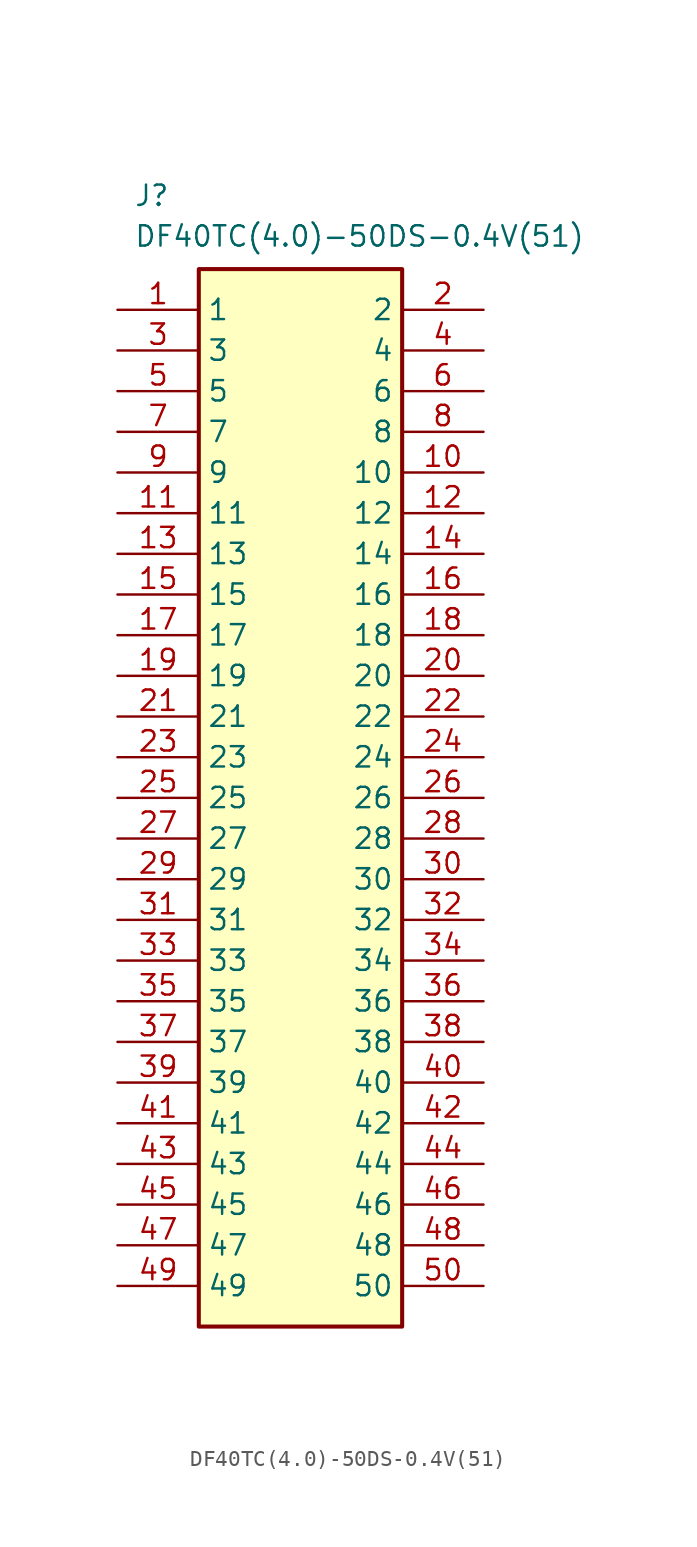
<source format=kicad_sym>
(kicad_symbol_lib
  (version 20231120)
  (generator "kicad_symbol_editor")
  (generator_version "8.0")
  (symbol "DF40TC(4.0)-50DS-0.4V(51)"
    (property "Reference" "J"
      (at 1.016 7.874 0)
      (effects (font (size 1.27 1.27)) (justify left top)))
    (property "Value" "DF40TC(4.0)-50DS-0.4V(51)"
      (at 1.016 5.334 0)
      (effects (font (size 1.27 1.27)) (justify left top)))
    (symbol "DF40TC(4.0)-50DS-0.4V(51)_1_1"
      (rectangle (start 5.08 2.54) (end 17.78 -63.5) (stroke (width 0.254) (type default)) (fill (type background)))
      (pin passive line (at 0 0 0) (length 5.08) (name "1" (effects (font (size 1.27 1.27)))) (number "1" (effects (font (size 1.27 1.27)))))
      (pin passive line (at 22.86 -10.16 180) (length 5.08) (name "10" (effects (font (size 1.27 1.27)))) (number "10" (effects (font (size 1.27 1.27)))))
      (pin passive line (at 0 -12.7 0) (length 5.08) (name "11" (effects (font (size 1.27 1.27)))) (number "11" (effects (font (size 1.27 1.27)))))
      (pin passive line (at 22.86 -12.7 180) (length 5.08) (name "12" (effects (font (size 1.27 1.27)))) (number "12" (effects (font (size 1.27 1.27)))))
      (pin passive line (at 0 -15.24 0) (length 5.08) (name "13" (effects (font (size 1.27 1.27)))) (number "13" (effects (font (size 1.27 1.27)))))
      (pin passive line (at 22.86 -15.24 180) (length 5.08) (name "14" (effects (font (size 1.27 1.27)))) (number "14" (effects (font (size 1.27 1.27)))))
      (pin passive line (at 0 -17.78 0) (length 5.08) (name "15" (effects (font (size 1.27 1.27)))) (number "15" (effects (font (size 1.27 1.27)))))
      (pin passive line (at 22.86 -17.78 180) (length 5.08) (name "16" (effects (font (size 1.27 1.27)))) (number "16" (effects (font (size 1.27 1.27)))))
      (pin passive line (at 0 -20.32 0) (length 5.08) (name "17" (effects (font (size 1.27 1.27)))) (number "17" (effects (font (size 1.27 1.27)))))
      (pin passive line (at 22.86 -20.32 180) (length 5.08) (name "18" (effects (font (size 1.27 1.27)))) (number "18" (effects (font (size 1.27 1.27)))))
      (pin passive line (at 0 -22.86 0) (length 5.08) (name "19" (effects (font (size 1.27 1.27)))) (number "19" (effects (font (size 1.27 1.27)))))
      (pin passive line (at 22.86 0 180) (length 5.08) (name "2" (effects (font (size 1.27 1.27)))) (number "2" (effects (font (size 1.27 1.27)))))
      (pin passive line (at 22.86 -22.86 180) (length 5.08) (name "20" (effects (font (size 1.27 1.27)))) (number "20" (effects (font (size 1.27 1.27)))))
      (pin passive line (at 0 -25.4 0) (length 5.08) (name "21" (effects (font (size 1.27 1.27)))) (number "21" (effects (font (size 1.27 1.27)))))
      (pin passive line (at 22.86 -25.4 180) (length 5.08) (name "22" (effects (font (size 1.27 1.27)))) (number "22" (effects (font (size 1.27 1.27)))))
      (pin passive line (at 0 -27.94 0) (length 5.08) (name "23" (effects (font (size 1.27 1.27)))) (number "23" (effects (font (size 1.27 1.27)))))
      (pin passive line (at 22.86 -27.94 180) (length 5.08) (name "24" (effects (font (size 1.27 1.27)))) (number "24" (effects (font (size 1.27 1.27)))))
      (pin passive line (at 0 -30.48 0) (length 5.08) (name "25" (effects (font (size 1.27 1.27)))) (number "25" (effects (font (size 1.27 1.27)))))
      (pin passive line (at 22.86 -30.48 180) (length 5.08) (name "26" (effects (font (size 1.27 1.27)))) (number "26" (effects (font (size 1.27 1.27)))))
      (pin passive line (at 0 -33.02 0) (length 5.08) (name "27" (effects (font (size 1.27 1.27)))) (number "27" (effects (font (size 1.27 1.27)))))
      (pin passive line (at 22.86 -33.02 180) (length 5.08) (name "28" (effects (font (size 1.27 1.27)))) (number "28" (effects (font (size 1.27 1.27)))))
      (pin passive line (at 0 -35.56 0) (length 5.08) (name "29" (effects (font (size 1.27 1.27)))) (number "29" (effects (font (size 1.27 1.27)))))
      (pin passive line (at 0 -2.54 0) (length 5.08) (name "3" (effects (font (size 1.27 1.27)))) (number "3" (effects (font (size 1.27 1.27)))))
      (pin passive line (at 22.86 -35.56 180) (length 5.08) (name "30" (effects (font (size 1.27 1.27)))) (number "30" (effects (font (size 1.27 1.27)))))
      (pin passive line (at 0 -38.1 0) (length 5.08) (name "31" (effects (font (size 1.27 1.27)))) (number "31" (effects (font (size 1.27 1.27)))))
      (pin passive line (at 22.86 -38.1 180) (length 5.08) (name "32" (effects (font (size 1.27 1.27)))) (number "32" (effects (font (size 1.27 1.27)))))
      (pin passive line (at 0 -40.64 0) (length 5.08) (name "33" (effects (font (size 1.27 1.27)))) (number "33" (effects (font (size 1.27 1.27)))))
      (pin passive line (at 22.86 -40.64 180) (length 5.08) (name "34" (effects (font (size 1.27 1.27)))) (number "34" (effects (font (size 1.27 1.27)))))
      (pin passive line (at 0 -43.18 0) (length 5.08) (name "35" (effects (font (size 1.27 1.27)))) (number "35" (effects (font (size 1.27 1.27)))))
      (pin passive line (at 22.86 -43.18 180) (length 5.08) (name "36" (effects (font (size 1.27 1.27)))) (number "36" (effects (font (size 1.27 1.27)))))
      (pin passive line (at 0 -45.72 0) (length 5.08) (name "37" (effects (font (size 1.27 1.27)))) (number "37" (effects (font (size 1.27 1.27)))))
      (pin passive line (at 22.86 -45.72 180) (length 5.08) (name "38" (effects (font (size 1.27 1.27)))) (number "38" (effects (font (size 1.27 1.27)))))
      (pin passive line (at 0 -48.26 0) (length 5.08) (name "39" (effects (font (size 1.27 1.27)))) (number "39" (effects (font (size 1.27 1.27)))))
      (pin passive line (at 22.86 -2.54 180) (length 5.08) (name "4" (effects (font (size 1.27 1.27)))) (number "4" (effects (font (size 1.27 1.27)))))
      (pin passive line (at 22.86 -48.26 180) (length 5.08) (name "40" (effects (font (size 1.27 1.27)))) (number "40" (effects (font (size 1.27 1.27)))))
      (pin passive line (at 0 -50.8 0) (length 5.08) (name "41" (effects (font (size 1.27 1.27)))) (number "41" (effects (font (size 1.27 1.27)))))
      (pin passive line (at 22.86 -50.8 180) (length 5.08) (name "42" (effects (font (size 1.27 1.27)))) (number "42" (effects (font (size 1.27 1.27)))))
      (pin passive line (at 0 -53.34 0) (length 5.08) (name "43" (effects (font (size 1.27 1.27)))) (number "43" (effects (font (size 1.27 1.27)))))
      (pin passive line (at 22.86 -53.34 180) (length 5.08) (name "44" (effects (font (size 1.27 1.27)))) (number "44" (effects (font (size 1.27 1.27)))))
      (pin passive line (at 0 -55.88 0) (length 5.08) (name "45" (effects (font (size 1.27 1.27)))) (number "45" (effects (font (size 1.27 1.27)))))
      (pin passive line (at 22.86 -55.88 180) (length 5.08) (name "46" (effects (font (size 1.27 1.27)))) (number "46" (effects (font (size 1.27 1.27)))))
      (pin passive line (at 0 -58.42 0) (length 5.08) (name "47" (effects (font (size 1.27 1.27)))) (number "47" (effects (font (size 1.27 1.27)))))
      (pin passive line (at 22.86 -58.42 180) (length 5.08) (name "48" (effects (font (size 1.27 1.27)))) (number "48" (effects (font (size 1.27 1.27)))))
      (pin passive line (at 0 -60.96 0) (length 5.08) (name "49" (effects (font (size 1.27 1.27)))) (number "49" (effects (font (size 1.27 1.27)))))
      (pin passive line (at 0 -5.08 0) (length 5.08) (name "5" (effects (font (size 1.27 1.27)))) (number "5" (effects (font (size 1.27 1.27)))))
      (pin passive line (at 22.86 -60.96 180) (length 5.08) (name "50" (effects (font (size 1.27 1.27)))) (number "50" (effects (font (size 1.27 1.27)))))
      (pin passive line (at 22.86 -5.08 180) (length 5.08) (name "6" (effects (font (size 1.27 1.27)))) (number "6" (effects (font (size 1.27 1.27)))))
      (pin passive line (at 0 -7.62 0) (length 5.08) (name "7" (effects (font (size 1.27 1.27)))) (number "7" (effects (font (size 1.27 1.27)))))
      (pin passive line (at 22.86 -7.62 180) (length 5.08) (name "8" (effects (font (size 1.27 1.27)))) (number "8" (effects (font (size 1.27 1.27)))))
      (pin passive line (at 0 -10.16 0) (length 5.08) (name "9" (effects (font (size 1.27 1.27)))) (number "9" (effects (font (size 1.27 1.27))))))))
</source>
